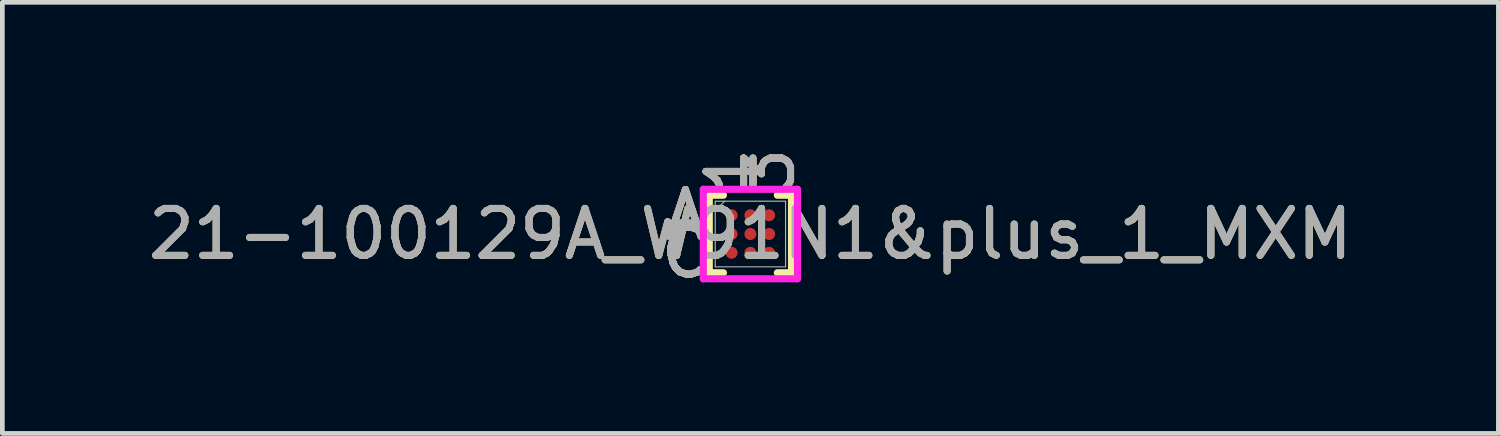
<source format=kicad_pcb>
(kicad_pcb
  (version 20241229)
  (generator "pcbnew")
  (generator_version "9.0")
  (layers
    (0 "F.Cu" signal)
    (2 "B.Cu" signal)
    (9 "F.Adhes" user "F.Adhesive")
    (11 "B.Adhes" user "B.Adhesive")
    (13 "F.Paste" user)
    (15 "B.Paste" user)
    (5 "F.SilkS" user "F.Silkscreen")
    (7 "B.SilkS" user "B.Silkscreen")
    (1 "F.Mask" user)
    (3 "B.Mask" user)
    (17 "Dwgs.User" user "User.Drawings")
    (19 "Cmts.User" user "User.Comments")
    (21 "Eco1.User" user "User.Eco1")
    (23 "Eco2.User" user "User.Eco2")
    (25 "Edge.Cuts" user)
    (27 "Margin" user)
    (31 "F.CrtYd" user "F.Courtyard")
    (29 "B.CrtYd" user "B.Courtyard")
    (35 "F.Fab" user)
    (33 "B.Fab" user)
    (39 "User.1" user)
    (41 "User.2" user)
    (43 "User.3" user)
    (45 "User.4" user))
  (footprint "21-100129A_W91N1&plus_1_MXM"
    (layer "F.Cu")
    (at 12.935 1.935)
    (property "Reference" "21-100129A_W91N1&plus_1_MXM" (at 0 0 0) (unlocked yes) (layer "F.SilkS") (effects (font (size 1 1) (thickness 0.15))))
    (attr smd)
    (fp_line (start -0.876 -0.826) (end -0.876 0.826) (stroke (width 0.152) (type solid)) (layer "F.SilkS"))
    (fp_line (start -0.876 0.826) (end -0.574 0.826) (stroke (width 0.152) (type solid)) (layer "F.SilkS"))
    (fp_line (start -0.574 -0.826) (end -0.876 -0.826) (stroke (width 0.152) (type solid)) (layer "F.SilkS"))
    (fp_line (start 0.574 0.826) (end 0.876 0.826) (stroke (width 0.152) (type solid)) (layer "F.SilkS"))
    (fp_line (start 0.876 -0.826) (end 0.574 -0.826) (stroke (width 0.152) (type solid)) (layer "F.SilkS"))
    (fp_line (start 0.876 0.826) (end 0.876 -0.826) (stroke (width 0.152) (type solid)) (layer "F.SilkS"))
    (fp_poly (pts (xy -1.044 -1.044) (xy 1.044 -1.044) (xy 1.044 1.044) (xy -1.044 1.044)) (stroke (width 0.1) (type solid)) (fill no) (layer "Eco2.User"))
    (fp_line (start -1.003 -0.953) (end 1.003 -0.953) (stroke (width 0.152) (type solid)) (layer "F.CrtYd"))
    (fp_line (start -1.003 0.953) (end -1.003 -0.953) (stroke (width 0.152) (type solid)) (layer "F.CrtYd"))
    (fp_line (start 1.003 -0.953) (end 1.003 0.953) (stroke (width 0.152) (type solid)) (layer "F.CrtYd"))
    (fp_line (start 1.003 0.953) (end -1.003 0.953) (stroke (width 0.152) (type solid)) (layer "F.CrtYd"))
    (fp_line (start -0.749 -0.699) (end -0.749 0.699) (stroke (width 0.025) (type solid)) (layer "F.Fab"))
    (fp_line (start -0.749 0.699) (end 0.749 0.699) (stroke (width 0.025) (type solid)) (layer "F.Fab"))
    (fp_line (start -0.549 -0.699) (end -0.749 -0.498) (stroke (width 0.025) (type solid)) (layer "F.Fab"))
    (fp_line (start 0.749 -0.699) (end -0.749 -0.699) (stroke (width 0.025) (type solid)) (layer "F.Fab"))
    (fp_line (start 0.749 0.699) (end 0.749 -0.699) (stroke (width 0.025) (type solid)) (layer "F.Fab"))
    (fp_text user "3" (at 0.4 -1.333 90) (unlocked yes) (layer "F.SilkS") (effects (font (size 1 1) (thickness 0.15))))
    (fp_text user "A" (at -1.384 -0.4 0) (unlocked yes) (layer "F.SilkS") (effects (font (size 1 1) (thickness 0.15))))
    (fp_text user "C" (at -1.384 0.4 0) (unlocked yes) (layer "F.SilkS") (effects (font (size 1 1) (thickness 0.15))))
    (fp_text user "1" (at -0.4 -1.333 90) (unlocked yes) (layer "F.SilkS") (effects (font (size 1 1) (thickness 0.15))))
    (fp_text user "A" (at -1.384 -0.4 0) (unlocked yes) (layer "B.SilkS") (effects (font (size 1 1) (thickness 0.15))))
    (fp_text user "C" (at -1.384 0.4 0) (unlocked yes) (layer "B.SilkS") (effects (font (size 1 1) (thickness 0.15))))
    (fp_text user "3" (at 0.4 -1.333 90) (unlocked yes) (layer "B.SilkS") (effects (font (size 1 1) (thickness 0.15))))
    (fp_text user "1" (at -0.4 -1.333 90) (unlocked yes) (layer "B.SilkS") (effects (font (size 1 1) (thickness 0.15))))
    (fp_text user "3" (at 0.4 -1.333 90) (unlocked yes) (layer "F.Fab") (effects (font (size 1 1) (thickness 0.15))))
    (fp_text user "${REFERENCE}" (at 0 0 0) (unlocked yes) (layer "F.Fab") (effects (font (size 1 1) (thickness 0.15))))
    (fp_text user "1" (at -0.4 -1.333 90) (unlocked yes) (layer "F.Fab") (effects (font (size 1 1) (thickness 0.15))))
    (fp_text user "A" (at -1.384 -0.4 0) (unlocked yes) (layer "F.Fab") (effects (font (size 1 1) (thickness 0.15))))
    (fp_text user "C" (at -1.384 0.4 0) (unlocked yes) (layer "F.Fab") (effects (font (size 1 1) (thickness 0.15))))
    (pad "A1" smd circle (at -0.4 -0.4) (size 0.254 0.254) (layers "F.Cu" "F.Mask" "F.Paste"))
    (pad "A2" smd circle (at 0 -0.4) (size 0.254 0.254) (layers "F.Cu" "F.Mask" "F.Paste"))
    (pad "A3" smd circle (at 0.4 -0.4) (size 0.254 0.254) (layers "F.Cu" "F.Mask" "F.Paste"))
    (pad "B1" smd circle (at -0.4 0) (size 0.254 0.254) (layers "F.Cu" "F.Mask" "F.Paste"))
    (pad "B2" smd circle (at 0 0) (size 0.254 0.254) (layers "F.Cu" "F.Mask" "F.Paste"))
    (pad "B3" smd circle (at 0.4 0) (size 0.254 0.254) (layers "F.Cu" "F.Mask" "F.Paste"))
    (pad "C1" smd circle (at -0.4 0.4) (size 0.254 0.254) (layers "F.Cu" "F.Mask" "F.Paste"))
    (pad "C2" smd circle (at 0 0.4) (size 0.254 0.254) (layers "F.Cu" "F.Mask" "F.Paste"))
    (pad "C3" smd circle (at 0.4 0.4) (size 0.254 0.254) (layers "F.Cu" "F.Mask" "F.Paste")))
  (gr_rect
    (start -3 -3)
    (end 28.869 6.183)
    (stroke (width 0.1) (type default))
    (fill no)
    (layer "Edge.Cuts")))
</source>
